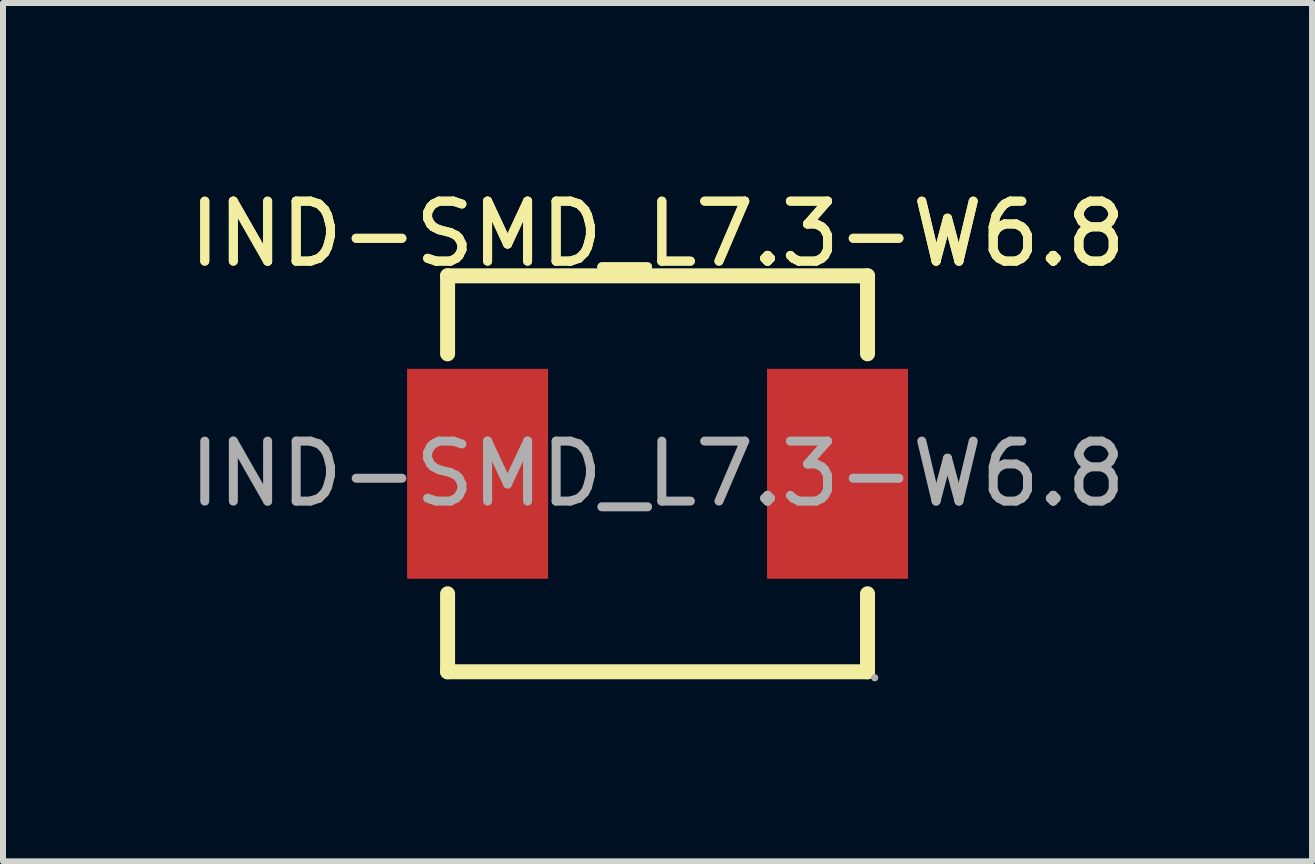
<source format=kicad_pcb>
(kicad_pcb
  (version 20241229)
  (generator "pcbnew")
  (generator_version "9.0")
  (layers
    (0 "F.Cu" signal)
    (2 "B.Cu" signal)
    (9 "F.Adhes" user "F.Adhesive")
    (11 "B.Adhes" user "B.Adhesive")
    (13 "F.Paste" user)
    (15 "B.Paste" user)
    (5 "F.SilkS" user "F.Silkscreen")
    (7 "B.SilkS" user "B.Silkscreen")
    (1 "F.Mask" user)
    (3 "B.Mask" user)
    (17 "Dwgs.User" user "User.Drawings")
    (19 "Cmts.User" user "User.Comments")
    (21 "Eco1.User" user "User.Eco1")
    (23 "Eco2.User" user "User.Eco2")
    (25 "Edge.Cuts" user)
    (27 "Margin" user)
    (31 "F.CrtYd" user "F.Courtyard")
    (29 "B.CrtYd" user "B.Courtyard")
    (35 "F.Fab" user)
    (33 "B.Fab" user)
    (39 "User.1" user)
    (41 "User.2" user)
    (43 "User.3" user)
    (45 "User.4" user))
  (footprint "IND-SMD_L7.3-W6.8"
    (layer "F.Cu")
    (at 7.911 4.848)
    (property "Reference" "IND-SMD_L7.3-W6.8" (at 0 -4 0) (layer "F.SilkS") (effects (font (size 1 1) (thickness 0.15))))
    (attr smd)
    (fp_line (start -3.5 -3.3) (end -3.5 -2) (stroke (width 0.25) (type solid)) (layer "F.SilkS"))
    (fp_line (start -3.5 -3.3) (end 3.5 -3.3) (stroke (width 0.25) (type solid)) (layer "F.SilkS"))
    (fp_line (start -3.5 2) (end -3.5 3.3) (stroke (width 0.25) (type solid)) (layer "F.SilkS"))
    (fp_line (start -3.5 3.3) (end 3.5 3.3) (stroke (width 0.25) (type solid)) (layer "F.SilkS"))
    (fp_line (start 3.5 -3.3) (end 3.5 -2) (stroke (width 0.25) (type solid)) (layer "F.SilkS"))
    (fp_line (start 3.5 2) (end 3.5 3.3) (stroke (width 0.25) (type solid)) (layer "F.SilkS"))
    (fp_circle (center 3.62 3.4) (end 3.65 3.4) (stroke (width 0.06) (type solid)) (fill no) (layer "F.Fab"))
    (fp_text user "${REFERENCE}" (at 0 -4 0) (layer "F.SilkS") (effects (font (size 1 1) (thickness 0.15))))
    (fp_text user "${REFERENCE}" (at 0 0 0) (layer "F.Fab") (effects (font (size 1 1) (thickness 0.15))))
    (pad "1" smd rect (at -3 0) (size 2.35 3.5) (layers "F.Cu" "F.Mask" "F.Paste"))
    (pad "2" smd rect (at 3 0) (size 2.35 3.5) (layers "F.Cu" "F.Mask" "F.Paste")))
  (gr_rect
    (start -3 -3)
    (end 18.821 11.308)
    (stroke (width 0.1) (type default))
    (fill no)
    (layer "Edge.Cuts")))
</source>
